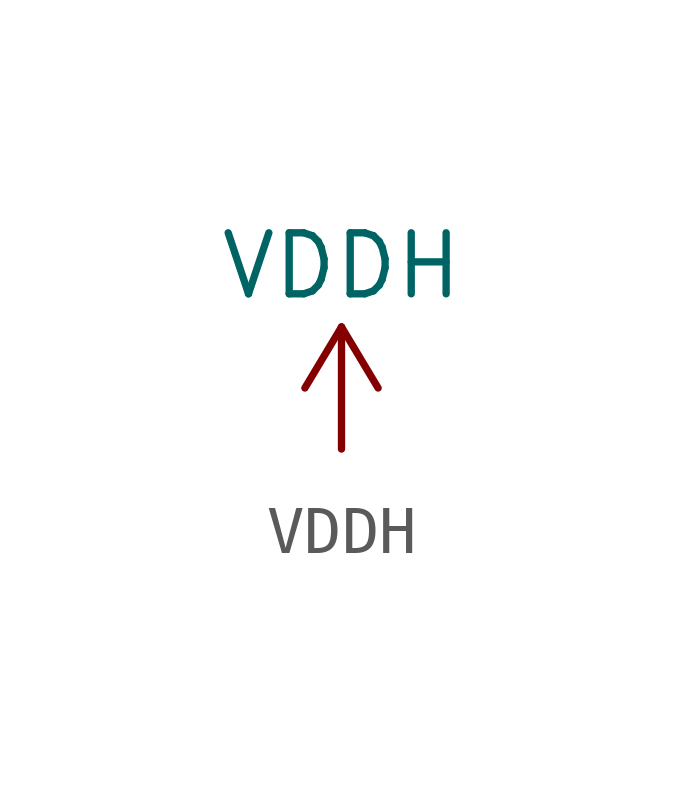
<source format=kicad_sym>
(kicad_symbol_lib
  (version 20220914)
  (generator kicad_symbol_editor)
  (symbol "VDDH"
    (power)
    (pin_names
      (offset 0))
    (property "Reference" "#PWR"
      (at 0 -3.81 0)
      (effects (font (size 1.27 1.27)) hide))
    (property "Value" "VDDH"
      (at 0 3.81 0)
      (effects (font (size 1.27 1.27))))
    (symbol "VDDH_0_1"
      (polyline (pts (xy -0.762 1.27) (xy 0 2.54)) (stroke (width 0) (type default)) (fill (type none)))
      (polyline (pts (xy 0 0) (xy 0 2.54)) (stroke (width 0) (type default)) (fill (type none)))
      (polyline (pts (xy 0 2.54) (xy 0.762 1.27)) (stroke (width 0) (type default)) (fill (type none))))
    (symbol "VDDH_1_1"
      (pin power_in line (at 0 0 90) (length 0) hide (name "VDDH" (effects (font (size 1.27 1.27)))) (number "1" (effects (font (size 1.27 1.27))))))))
</source>
